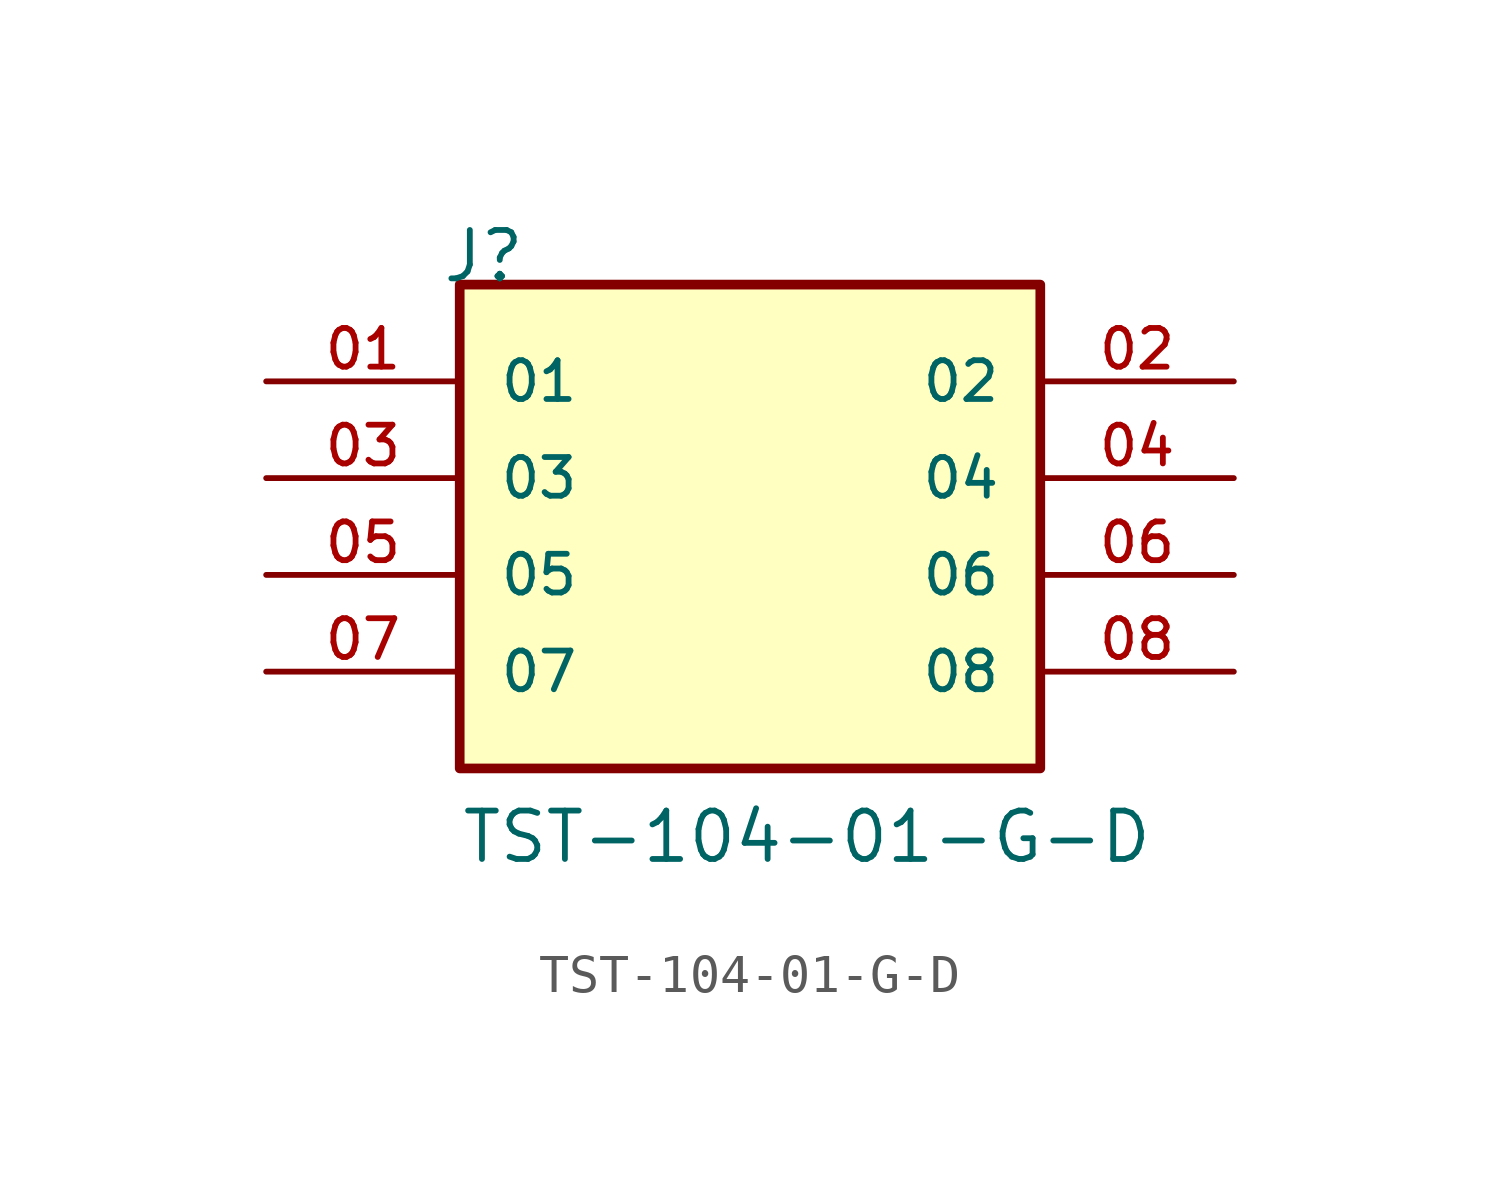
<source format=kicad_sym>
(kicad_symbol_lib
  (version 20211014)
  (generator kicad_symbol_editor)
  (symbol "TST-104-01-G-D"
    (pin_names
      (offset 1.016))
    (property "Reference" "J"
      (at -8.12 7.62 0)
      (effects (font (size 1.27 1.27)) (justify bottom left)))
    (property "Value" "TST-104-01-G-D"
      (at -7.62 -7.62 0)
      (effects (font (size 1.27 1.27)) (justify bottom left)))
    (symbol "TST-104-01-G-D_0_0"
      (rectangle (start -7.62 -5.08) (end 7.62 7.62) (stroke (width 0.254)) (fill (type background)))
      (pin passive line (at -12.7 5.08 0) (length 5.08) (name "01" (effects (font (size 1.016 1.016)))) (number "01" (effects (font (size 1.016 1.016)))))
      (pin passive line (at 12.7 5.08 180.0) (length 5.08) (name "02" (effects (font (size 1.016 1.016)))) (number "02" (effects (font (size 1.016 1.016)))))
      (pin passive line (at -12.7 2.54 0) (length 5.08) (name "03" (effects (font (size 1.016 1.016)))) (number "03" (effects (font (size 1.016 1.016)))))
      (pin passive line (at 12.7 2.54 180.0) (length 5.08) (name "04" (effects (font (size 1.016 1.016)))) (number "04" (effects (font (size 1.016 1.016)))))
      (pin passive line (at -12.7 0.0 0) (length 5.08) (name "05" (effects (font (size 1.016 1.016)))) (number "05" (effects (font (size 1.016 1.016)))))
      (pin passive line (at 12.7 0.0 180.0) (length 5.08) (name "06" (effects (font (size 1.016 1.016)))) (number "06" (effects (font (size 1.016 1.016)))))
      (pin passive line (at -12.7 -2.54 0) (length 5.08) (name "07" (effects (font (size 1.016 1.016)))) (number "07" (effects (font (size 1.016 1.016)))))
      (pin passive line (at 12.7 -2.54 180.0) (length 5.08) (name "08" (effects (font (size 1.016 1.016)))) (number "08" (effects (font (size 1.016 1.016))))))))
</source>
